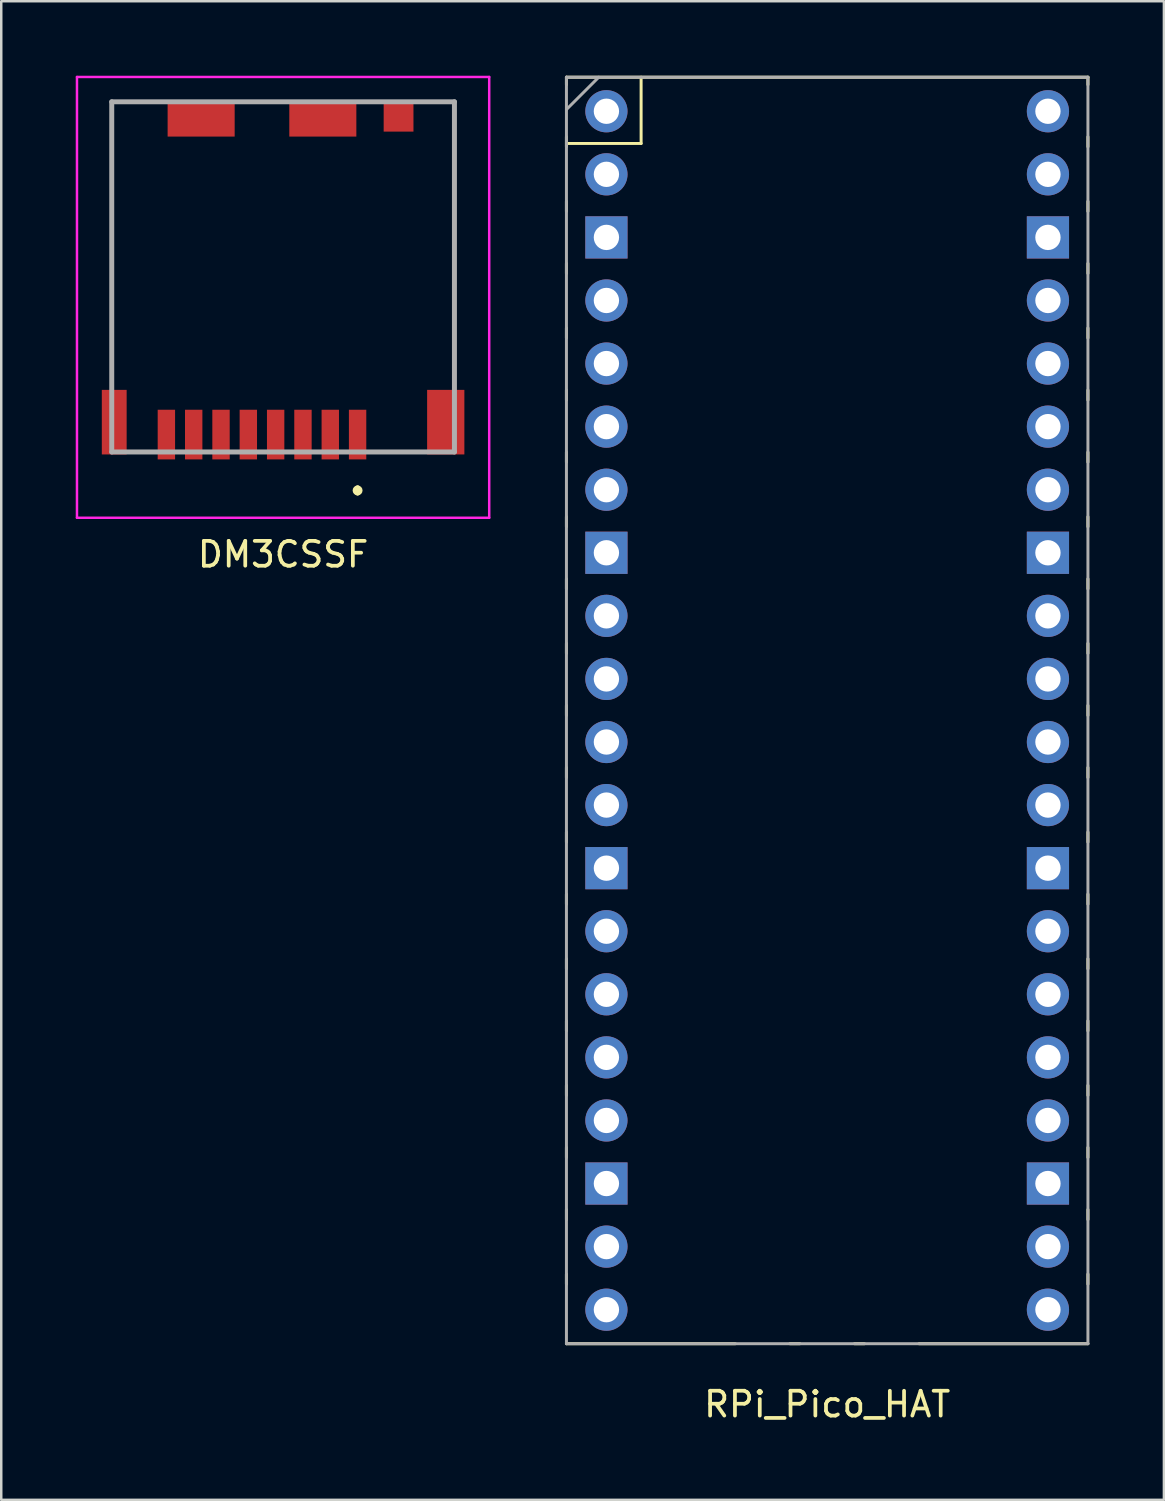
<source format=kicad_pcb>
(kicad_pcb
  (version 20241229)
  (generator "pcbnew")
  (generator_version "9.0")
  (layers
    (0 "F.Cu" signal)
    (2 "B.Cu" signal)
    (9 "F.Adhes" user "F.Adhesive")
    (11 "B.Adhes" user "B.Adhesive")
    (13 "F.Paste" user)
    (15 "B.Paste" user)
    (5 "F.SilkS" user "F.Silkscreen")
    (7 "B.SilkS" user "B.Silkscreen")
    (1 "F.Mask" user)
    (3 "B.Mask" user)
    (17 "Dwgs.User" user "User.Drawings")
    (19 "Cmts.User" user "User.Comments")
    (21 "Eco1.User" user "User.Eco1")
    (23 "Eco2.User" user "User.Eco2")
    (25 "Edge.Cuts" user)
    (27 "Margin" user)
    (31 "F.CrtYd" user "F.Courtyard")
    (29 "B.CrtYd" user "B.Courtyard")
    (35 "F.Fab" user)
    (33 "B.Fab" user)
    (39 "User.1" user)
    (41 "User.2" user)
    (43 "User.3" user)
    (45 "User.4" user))
  (footprint "DM3CSSF"
    (layer "F.Cu")
    (at 8.35 8.862)
    (property "Reference" "DM3CSSF" (at 0 10.414 0) (layer "F.SilkS") (effects (font (size 1 1) (thickness 0.15))))
    (attr through_hole)
    (fp_line (start -6.9 -7.812) (end -6.9 3.462) (stroke (width 0.1) (type solid)) (layer "F.SilkS"))
    (fp_line (start 3 7.738) (end 3 7.738) (stroke (width 0.2) (type solid)) (layer "F.SilkS"))
    (fp_line (start 3 7.938) (end 3 7.938) (stroke (width 0.2) (type solid)) (layer "F.SilkS"))
    (fp_line (start 6.9 -7.812) (end 6.9 3.488) (stroke (width 0.1) (type solid)) (layer "F.SilkS"))
    (fp_arc (start 3 7.738) (mid 3.1 7.838) (end 3 7.938) (stroke (width 0.2) (type solid)) (layer "F.SilkS"))
    (fp_arc (start 3 7.938) (mid 2.9 7.838) (end 3 7.738) (stroke (width 0.2) (type solid)) (layer "F.SilkS"))
    (fp_line (start -8.3 -8.812) (end 8.3 -8.812) (stroke (width 0.1) (type solid)) (layer "F.CrtYd"))
    (fp_line (start -8.3 8.938) (end -8.3 -8.812) (stroke (width 0.1) (type solid)) (layer "F.CrtYd"))
    (fp_line (start 8.3 -8.812) (end 8.3 8.938) (stroke (width 0.1) (type solid)) (layer "F.CrtYd"))
    (fp_line (start 8.3 8.938) (end -8.3 8.938) (stroke (width 0.1) (type solid)) (layer "F.CrtYd"))
    (fp_line (start -6.9 -7.812) (end 6.9 -7.812) (stroke (width 0.2) (type solid)) (layer "F.Fab"))
    (fp_line (start -6.9 6.288) (end -6.9 -7.812) (stroke (width 0.2) (type solid)) (layer "F.Fab"))
    (fp_line (start 6.9 -7.812) (end 6.9 6.288) (stroke (width 0.2) (type solid)) (layer "F.Fab"))
    (fp_line (start 6.9 6.288) (end -6.9 6.288) (stroke (width 0.2) (type solid)) (layer "F.Fab"))
    (pad "1" smd rect (at 3 5.588) (size 0.7 2) (layers "F.Cu" "F.Mask" "F.Paste"))
    (pad "2" smd rect (at 1.9 5.588) (size 0.7 2) (layers "F.Cu" "F.Mask" "F.Paste"))
    (pad "3" smd rect (at 0.8 5.588) (size 0.7 2) (layers "F.Cu" "F.Mask" "F.Paste"))
    (pad "4" smd rect (at -0.3 5.588) (size 0.7 2) (layers "F.Cu" "F.Mask" "F.Paste"))
    (pad "5" smd rect (at -1.4 5.588) (size 0.7 2) (layers "F.Cu" "F.Mask" "F.Paste"))
    (pad "6" smd rect (at -2.5 5.588) (size 0.7 2) (layers "F.Cu" "F.Mask" "F.Paste"))
    (pad "7" smd rect (at -3.6 5.588) (size 0.7 2) (layers "F.Cu" "F.Mask" "F.Paste"))
    (pad "8" smd rect (at -4.7 5.588) (size 0.7 2) (layers "F.Cu" "F.Mask" "F.Paste"))
    (pad "MP1" smd rect (at -6.8 5.088) (size 1 2.6) (layers "F.Cu" "F.Mask" "F.Paste"))
    (pad "MP2" smd rect (at 6.55 5.088) (size 1.5 2.6) (layers "F.Cu" "F.Mask" "F.Paste"))
    (pad "MP3" smd rect (at -3.3 -7.112 90) (size 1.4 2.7) (layers "F.Cu" "F.Mask" "F.Paste"))
    (pad "MP4" smd rect (at 1.6 -7.112 90) (size 1.4 2.7) (layers "F.Cu" "F.Mask" "F.Paste"))
    (pad "MP5" smd rect (at 4.65 -7.212 90) (size 1.2 1.2) (layers "F.Cu" "F.Mask" "F.Paste")))
  (footprint "RPi_Pico_HAT"
    (layer "F.Cu")
    (at 30.26 26.068)
    (property "Reference" "RPi_Pico_HAT" (at 0 27.432 0) (layer "F.SilkS") (effects (font (size 1 1) (thickness 0.15))))
    (attr through_hole)
    (fp_line (start -10.5 -26.008) (end -10.5 -25.708) (stroke (width 0.12) (type solid)) (layer "F.SilkS"))
    (fp_line (start -10.5 -26.008) (end 10.5 -26.008) (stroke (width 0.12) (type solid)) (layer "F.SilkS"))
    (fp_line (start -10.5 -23.608) (end -10.5 -23.208) (stroke (width 0.12) (type solid)) (layer "F.SilkS"))
    (fp_line (start -10.5 -23.341) (end -7.493 -23.341) (stroke (width 0.12) (type solid)) (layer "F.SilkS"))
    (fp_line (start -10.5 -21.008) (end -10.5 -20.608) (stroke (width 0.12) (type solid)) (layer "F.SilkS"))
    (fp_line (start -10.5 -18.508) (end -10.5 -18.108) (stroke (width 0.12) (type solid)) (layer "F.SilkS"))
    (fp_line (start -10.5 -15.908) (end -10.5 -15.508) (stroke (width 0.12) (type solid)) (layer "F.SilkS"))
    (fp_line (start -10.5 -13.408) (end -10.5 -13.008) (stroke (width 0.12) (type solid)) (layer "F.SilkS"))
    (fp_line (start -10.5 -10.908) (end -10.5 -10.508) (stroke (width 0.12) (type solid)) (layer "F.SilkS"))
    (fp_line (start -10.5 -8.308) (end -10.5 -7.908) (stroke (width 0.12) (type solid)) (layer "F.SilkS"))
    (fp_line (start -10.5 -5.808) (end -10.5 -5.408) (stroke (width 0.12) (type solid)) (layer "F.SilkS"))
    (fp_line (start -10.5 -3.208) (end -10.5 -2.808) (stroke (width 0.12) (type solid)) (layer "F.SilkS"))
    (fp_line (start -10.5 -0.708) (end -10.5 -0.308) (stroke (width 0.12) (type solid)) (layer "F.SilkS"))
    (fp_line (start -10.5 1.792) (end -10.5 2.192) (stroke (width 0.12) (type solid)) (layer "F.SilkS"))
    (fp_line (start -10.5 4.392) (end -10.5 4.792) (stroke (width 0.12) (type solid)) (layer "F.SilkS"))
    (fp_line (start -10.5 6.892) (end -10.5 7.292) (stroke (width 0.12) (type solid)) (layer "F.SilkS"))
    (fp_line (start -10.5 9.492) (end -10.5 9.892) (stroke (width 0.12) (type solid)) (layer "F.SilkS"))
    (fp_line (start -10.5 11.992) (end -10.5 12.392) (stroke (width 0.12) (type solid)) (layer "F.SilkS"))
    (fp_line (start -10.5 14.592) (end -10.5 14.992) (stroke (width 0.12) (type solid)) (layer "F.SilkS"))
    (fp_line (start -10.5 17.092) (end -10.5 17.492) (stroke (width 0.12) (type solid)) (layer "F.SilkS"))
    (fp_line (start -10.5 19.592) (end -10.5 19.992) (stroke (width 0.12) (type solid)) (layer "F.SilkS"))
    (fp_line (start -10.5 22.192) (end -10.5 22.592) (stroke (width 0.12) (type solid)) (layer "F.SilkS"))
    (fp_line (start -7.493 -23.341) (end -7.493 -26.008) (stroke (width 0.12) (type solid)) (layer "F.SilkS"))
    (fp_line (start -3.7 24.992) (end -10.5 24.992) (stroke (width 0.12) (type solid)) (layer "F.SilkS"))
    (fp_line (start -1.5 24.992) (end -1.1 24.992) (stroke (width 0.12) (type solid)) (layer "F.SilkS"))
    (fp_line (start 1.1 24.992) (end 1.5 24.992) (stroke (width 0.12) (type solid)) (layer "F.SilkS"))
    (fp_line (start 10.5 -26.008) (end 10.5 -25.708) (stroke (width 0.12) (type solid)) (layer "F.SilkS"))
    (fp_line (start 10.5 -23.608) (end 10.5 -23.208) (stroke (width 0.12) (type solid)) (layer "F.SilkS"))
    (fp_line (start 10.5 -21.008) (end 10.5 -20.608) (stroke (width 0.12) (type solid)) (layer "F.SilkS"))
    (fp_line (start 10.5 -18.508) (end 10.5 -18.108) (stroke (width 0.12) (type solid)) (layer "F.SilkS"))
    (fp_line (start 10.5 -15.908) (end 10.5 -15.508) (stroke (width 0.12) (type solid)) (layer "F.SilkS"))
    (fp_line (start 10.5 -13.408) (end 10.5 -13.008) (stroke (width 0.12) (type solid)) (layer "F.SilkS"))
    (fp_line (start 10.5 -10.908) (end 10.5 -10.508) (stroke (width 0.12) (type solid)) (layer "F.SilkS"))
    (fp_line (start 10.5 -8.308) (end 10.5 -7.908) (stroke (width 0.12) (type solid)) (layer "F.SilkS"))
    (fp_line (start 10.5 -5.808) (end 10.5 -5.408) (stroke (width 0.12) (type solid)) (layer "F.SilkS"))
    (fp_line (start 10.5 -3.208) (end 10.5 -2.808) (stroke (width 0.12) (type solid)) (layer "F.SilkS"))
    (fp_line (start 10.5 -0.708) (end 10.5 -0.308) (stroke (width 0.12) (type solid)) (layer "F.SilkS"))
    (fp_line (start 10.5 1.792) (end 10.5 2.192) (stroke (width 0.12) (type solid)) (layer "F.SilkS"))
    (fp_line (start 10.5 4.392) (end 10.5 4.792) (stroke (width 0.12) (type solid)) (layer "F.SilkS"))
    (fp_line (start 10.5 6.892) (end 10.5 7.292) (stroke (width 0.12) (type solid)) (layer "F.SilkS"))
    (fp_line (start 10.5 9.492) (end 10.5 9.892) (stroke (width 0.12) (type solid)) (layer "F.SilkS"))
    (fp_line (start 10.5 11.992) (end 10.5 12.392) (stroke (width 0.12) (type solid)) (layer "F.SilkS"))
    (fp_line (start 10.5 14.592) (end 10.5 14.992) (stroke (width 0.12) (type solid)) (layer "F.SilkS"))
    (fp_line (start 10.5 17.092) (end 10.5 17.492) (stroke (width 0.12) (type solid)) (layer "F.SilkS"))
    (fp_line (start 10.5 19.592) (end 10.5 19.992) (stroke (width 0.12) (type solid)) (layer "F.SilkS"))
    (fp_line (start 10.5 22.192) (end 10.5 22.592) (stroke (width 0.12) (type solid)) (layer "F.SilkS"))
    (fp_line (start 10.5 24.992) (end 3.7 24.992) (stroke (width 0.12) (type solid)) (layer "F.SilkS"))
    (fp_line (start -10.5 -26.008) (end 10.5 -26.008) (stroke (width 0.12) (type solid)) (layer "F.Fab"))
    (fp_line (start -10.5 -24.708) (end -9.2 -26.008) (stroke (width 0.12) (type solid)) (layer "F.Fab"))
    (fp_line (start -10.5 24.992) (end -10.5 -26.008) (stroke (width 0.12) (type solid)) (layer "F.Fab"))
    (fp_line (start 10.5 -26.008) (end 10.5 24.992) (stroke (width 0.12) (type solid)) (layer "F.Fab"))
    (fp_line (start 10.5 24.992) (end -10.5 24.992) (stroke (width 0.12) (type solid)) (layer "F.Fab"))
    (pad "1" thru_hole oval (at -8.89 -24.638) (size 1.7 1.7) (drill 1.02) (layers "*.Cu" "*.Mask"))
    (pad "2" thru_hole oval (at -8.89 -22.098) (size 1.7 1.7) (drill 1.02) (layers "*.Cu" "*.Mask"))
    (pad "3" thru_hole rect (at -8.89 -19.558) (size 1.7 1.7) (drill 1.02) (layers "*.Cu" "*.Mask"))
    (pad "4" thru_hole oval (at -8.89 -17.018) (size 1.7 1.7) (drill 1.02) (layers "*.Cu" "*.Mask"))
    (pad "5" thru_hole oval (at -8.89 -14.478) (size 1.7 1.7) (drill 1.02) (layers "*.Cu" "*.Mask"))
    (pad "6" thru_hole oval (at -8.89 -11.938) (size 1.7 1.7) (drill 1.02) (layers "*.Cu" "*.Mask"))
    (pad "7" thru_hole oval (at -8.89 -9.398) (size 1.7 1.7) (drill 1.02) (layers "*.Cu" "*.Mask"))
    (pad "8" thru_hole rect (at -8.89 -6.858) (size 1.7 1.7) (drill 1.02) (layers "*.Cu" "*.Mask"))
    (pad "9" thru_hole oval (at -8.89 -4.318) (size 1.7 1.7) (drill 1.02) (layers "*.Cu" "*.Mask"))
    (pad "10" thru_hole oval (at -8.89 -1.778) (size 1.7 1.7) (drill 1.02) (layers "*.Cu" "*.Mask"))
    (pad "11" thru_hole oval (at -8.89 0.762) (size 1.7 1.7) (drill 1.02) (layers "*.Cu" "*.Mask"))
    (pad "12" thru_hole oval (at -8.89 3.302) (size 1.7 1.7) (drill 1.02) (layers "*.Cu" "*.Mask"))
    (pad "13" thru_hole rect (at -8.89 5.842) (size 1.7 1.7) (drill 1.02) (layers "*.Cu" "*.Mask"))
    (pad "14" thru_hole oval (at -8.89 8.382) (size 1.7 1.7) (drill 1.02) (layers "*.Cu" "*.Mask"))
    (pad "15" thru_hole oval (at -8.89 10.922) (size 1.7 1.7) (drill 1.02) (layers "*.Cu" "*.Mask"))
    (pad "16" thru_hole oval (at -8.89 13.462) (size 1.7 1.7) (drill 1.02) (layers "*.Cu" "*.Mask"))
    (pad "17" thru_hole oval (at -8.89 16.002) (size 1.7 1.7) (drill 1.02) (layers "*.Cu" "*.Mask"))
    (pad "18" thru_hole rect (at -8.89 18.542) (size 1.7 1.7) (drill 1.02) (layers "*.Cu" "*.Mask"))
    (pad "19" thru_hole oval (at -8.89 21.082) (size 1.7 1.7) (drill 1.02) (layers "*.Cu" "*.Mask"))
    (pad "20" thru_hole oval (at -8.89 23.622) (size 1.7 1.7) (drill 1.02) (layers "*.Cu" "*.Mask"))
    (pad "21" thru_hole oval (at 8.89 23.622) (size 1.7 1.7) (drill 1.02) (layers "*.Cu" "*.Mask"))
    (pad "22" thru_hole oval (at 8.89 21.082) (size 1.7 1.7) (drill 1.02) (layers "*.Cu" "*.Mask"))
    (pad "23" thru_hole rect (at 8.89 18.542) (size 1.7 1.7) (drill 1.02) (layers "*.Cu" "*.Mask"))
    (pad "24" thru_hole oval (at 8.89 16.002) (size 1.7 1.7) (drill 1.02) (layers "*.Cu" "*.Mask"))
    (pad "25" thru_hole oval (at 8.89 13.462) (size 1.7 1.7) (drill 1.02) (layers "*.Cu" "*.Mask"))
    (pad "26" thru_hole oval (at 8.89 10.922) (size 1.7 1.7) (drill 1.02) (layers "*.Cu" "*.Mask"))
    (pad "27" thru_hole oval (at 8.89 8.382) (size 1.7 1.7) (drill 1.02) (layers "*.Cu" "*.Mask"))
    (pad "28" thru_hole rect (at 8.89 5.842) (size 1.7 1.7) (drill 1.02) (layers "*.Cu" "*.Mask"))
    (pad "29" thru_hole oval (at 8.89 3.302) (size 1.7 1.7) (drill 1.02) (layers "*.Cu" "*.Mask"))
    (pad "30" thru_hole oval (at 8.89 0.762) (size 1.7 1.7) (drill 1.02) (layers "*.Cu" "*.Mask"))
    (pad "31" thru_hole oval (at 8.89 -1.778) (size 1.7 1.7) (drill 1.02) (layers "*.Cu" "*.Mask"))
    (pad "32" thru_hole oval (at 8.89 -4.318) (size 1.7 1.7) (drill 1.02) (layers "*.Cu" "*.Mask"))
    (pad "33" thru_hole rect (at 8.89 -6.858) (size 1.7 1.7) (drill 1.02) (layers "*.Cu" "*.Mask"))
    (pad "34" thru_hole oval (at 8.89 -9.398) (size 1.7 1.7) (drill 1.02) (layers "*.Cu" "*.Mask"))
    (pad "35" thru_hole oval (at 8.89 -11.938) (size 1.7 1.7) (drill 1.02) (layers "*.Cu" "*.Mask"))
    (pad "36" thru_hole oval (at 8.89 -14.478) (size 1.7 1.7) (drill 1.02) (layers "*.Cu" "*.Mask"))
    (pad "37" thru_hole oval (at 8.89 -17.018) (size 1.7 1.7) (drill 1.02) (layers "*.Cu" "*.Mask"))
    (pad "38" thru_hole rect (at 8.89 -19.558) (size 1.7 1.7) (drill 1.02) (layers "*.Cu" "*.Mask"))
    (pad "39" thru_hole oval (at 8.89 -22.098) (size 1.7 1.7) (drill 1.02) (layers "*.Cu" "*.Mask"))
    (pad "40" thru_hole oval (at 8.89 -24.638) (size 1.7 1.7) (drill 1.02) (layers "*.Cu" "*.Mask")))
  (gr_rect
    (start -3 -3)
    (end 43.82 57.348)
    (stroke (width 0.1) (type default))
    (fill no)
    (layer "Edge.Cuts")))
</source>
